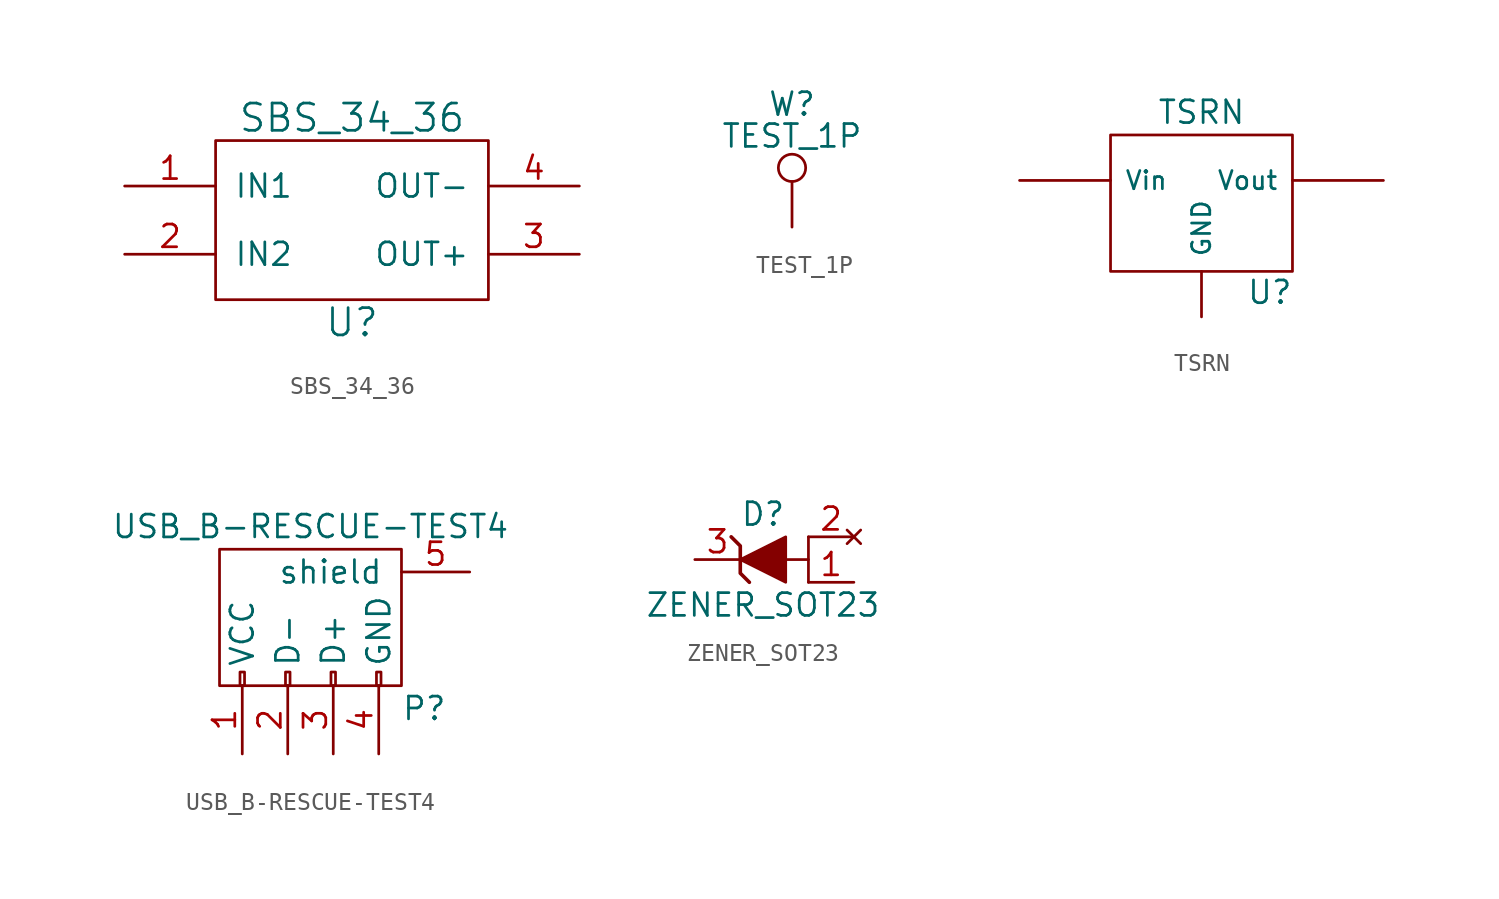
<source format=kicad_sym>
(kicad_symbol_lib
  (version 20231120)
  (generator "kicad_symbol_editor")
  (generator_version "8.0")
  (symbol "SBS_34_36"
    (pin_names
      (offset 1.016))
    (property "Reference" "U"
      (at 0 -2.54 0)
      (effects (font (size 1.524 1.524))))
    (property "Value" "SBS_34_36"
      (at 0 8.89 0)
      (effects (font (size 1.524 1.524))))
    (property "Footprint" ""
      (at 0 0 0)
      (effects (font (size 1.524 1.524))))
    (property "Datasheet" ""
      (at 0 0 0)
      (effects (font (size 1.524 1.524))))
    (symbol "SBS_34_36_0_1"
      (rectangle (start -7.62 7.62) (end 7.62 -1.27) (stroke (width 0) (type solid)) (fill (type none))))
    (symbol "SBS_34_36_1_1"
      (pin input line (at -12.7 5.08 0) (length 5.08) (name "IN1" (effects (font (size 1.27 1.27)))) (number "1" (effects (font (size 1.27 1.27)))))
      (pin input line (at -12.7 1.27 0) (length 5.08) (name "IN2" (effects (font (size 1.27 1.27)))) (number "2" (effects (font (size 1.27 1.27)))))
      (pin input line (at 12.7 1.27 180) (length 5.08) (name "OUT+" (effects (font (size 1.27 1.27)))) (number "3" (effects (font (size 1.27 1.27)))))
      (pin input line (at 12.7 5.08 180) (length 5.08) (name "OUT-" (effects (font (size 1.27 1.27)))) (number "4" (effects (font (size 1.27 1.27)))))))
  (symbol "TEST_1P"
    (pin_numbers hide)
    (pin_names
      (offset 0.762) hide)
    (property "Reference" "W"
      (at 0 6.858 0)
      (effects (font (size 1.27 1.27))))
    (property "Value" "TEST_1P"
      (at 0 5.08 0)
      (effects (font (size 1.27 1.27))))
    (property "Footprint" ""
      (at 5.08 0 0)
      (effects (font (size 1.27 1.27))))
    (property "Datasheet" ""
      (at 5.08 0 0)
      (effects (font (size 1.27 1.27))))
    (symbol "TEST_1P_0_1"
      (circle (center 0 3.302) (radius 0.762) (stroke (width 0) (type solid)) (fill (type none))))
    (symbol "TEST_1P_1_1"
      (pin passive line (at 0 0 90) (length 2.54) (name "1" (effects (font (size 1.27 1.27)))) (number "1" (effects (font (size 1.27 1.27)))))))
  (symbol "TSRN"
    (pin_numbers hide)
    (pin_names
      (offset 0.762))
    (property "Reference" "U"
      (at 3.81 -4.978 0)
      (effects (font (size 1.27 1.27))))
    (property "Value" "TSRN"
      (at 0 5.08 0)
      (effects (font (size 1.27 1.27))))
    (property "Footprint" ""
      (at 0 0 0)
      (effects (font (size 1.27 1.27))))
    (property "Datasheet" ""
      (at 0 0 0)
      (effects (font (size 1.27 1.27))))
    (symbol "TSRN_0_1"
      (rectangle (start -5.08 -3.81) (end 5.08 3.81) (stroke (width 0) (type solid)) (fill (type none))))
    (symbol "TSRN_1_1"
      (pin input line (at -10.16 1.27 0) (length 5.08) (name "Vin" (effects (font (size 1.016 1.016)))) (number "1" (effects (font (size 1.016 1.016)))))
      (pin input line (at 0 -6.35 90) (length 2.54) (name "GND" (effects (font (size 1.016 1.016)))) (number "2" (effects (font (size 1.016 1.016)))))
      (pin power_out line (at 10.16 1.27 180) (length 5.08) (name "Vout" (effects (font (size 1.016 1.016)))) (number "3" (effects (font (size 1.016 1.016)))))))
  (symbol "USB_B-RESCUE-TEST4"
    (pin_names
      (offset 1.016))
    (property "Reference" "P"
      (at 5.08 -5.08 0)
      (effects (font (size 1.27 1.27))))
    (property "Value" "USB_B-RESCUE-TEST4"
      (at -1.27 5.08 0)
      (effects (font (size 1.27 1.27))))
    (property "Footprint" ""
      (at -1.27 -2.54 90)
      (effects (font (size 1.27 1.27))))
    (property "Datasheet" ""
      (at -1.27 -2.54 90)
      (effects (font (size 1.27 1.27))))
    (symbol "USB_B-RESCUE-TEST4_0_1"
      (rectangle (start -6.35 -3.81) (end 3.81 3.81) (stroke (width 0) (type solid)) (fill (type none)))
      (rectangle (start -5.207 -3.81) (end -4.953 -3.048) (stroke (width 0) (type solid)) (fill (type none)))
      (rectangle (start -2.667 -3.81) (end -2.413 -3.048) (stroke (width 0) (type solid)) (fill (type none)))
      (rectangle (start -0.127 -3.81) (end 0.127 -3.048) (stroke (width 0) (type solid)) (fill (type none)))
      (rectangle (start 2.413 -3.81) (end 2.667 -3.048) (stroke (width 0) (type solid)) (fill (type none))))
    (symbol "USB_B-RESCUE-TEST4_1_1"
      (pin power_out line (at -5.08 -7.62 90) (length 3.81) (name "VCC" (effects (font (size 1.27 1.27)))) (number "1" (effects (font (size 1.27 1.27)))))
      (pin passive line (at -2.54 -7.62 90) (length 3.81) (name "D-" (effects (font (size 1.27 1.27)))) (number "2" (effects (font (size 1.27 1.27)))))
      (pin passive line (at 0 -7.62 90) (length 3.81) (name "D+" (effects (font (size 1.27 1.27)))) (number "3" (effects (font (size 1.27 1.27)))))
      (pin power_in line (at 2.54 -7.62 90) (length 3.81) (name "GND" (effects (font (size 1.27 1.27)))) (number "4" (effects (font (size 1.27 1.27)))))
      (pin passive line (at 7.62 2.54 180) (length 3.81) (name "shield" (effects (font (size 1.27 1.27)))) (number "5" (effects (font (size 1.27 1.27)))))))
  (symbol "ZENER_SOT23"
    (pin_names
      (offset 1.016) hide)
    (property "Reference" "D"
      (at 0 2.54 0)
      (effects (font (size 1.27 1.27))))
    (property "Value" "ZENER_SOT23"
      (at 0 -2.54 0)
      (effects (font (size 1.27 1.27))))
    (property "Footprint" ""
      (at 0 0 0)
      (effects (font (size 1.27 1.27))))
    (property "Datasheet" ""
      (at 0 0 0)
      (effects (font (size 1.27 1.27))))
    (symbol "ZENER_SOT23_0_1"
      (polyline (pts (xy 2.54 -1.27) (xy 2.54 0)) (stroke (width 0) (type solid)) (fill (type none)))
      (polyline (pts (xy 1.27 0) (xy 2.54 0) (xy 2.54 1.27)) (stroke (width 0) (type solid)) (fill (type none)))
      (polyline (pts (xy -1.778 1.27) (xy -1.27 0.762) (xy -1.27 -0.762) (xy -0.762 -1.27) (xy -0.762 -1.27)) (stroke (width 0.203) (type solid)) (fill (type none)))
      (polyline (pts (xy -1.27 0) (xy 1.27 1.27) (xy 1.27 -1.27) (xy -1.27 0) (xy -1.27 0)) (stroke (width 0) (type solid)) (fill (type outline))))
    (symbol "ZENER_SOT23_1_1"
      (pin passive line (at 5.08 -1.27 180) (length 2.54) (name "K" (effects (font (size 1.27 1.27)))) (number "1" (effects (font (size 1.27 1.27)))))
      (pin no_connect line (at 5.08 1.27 180) (length 2.54) (name "A" (effects (font (size 1.27 1.27)))) (number "2" (effects (font (size 1.27 1.27)))))
      (pin passive line (at -3.81 0 0) (length 2.54) (name "3" (effects (font (size 1.27 1.27)))) (number "3" (effects (font (size 1.27 1.27))))))))
</source>
